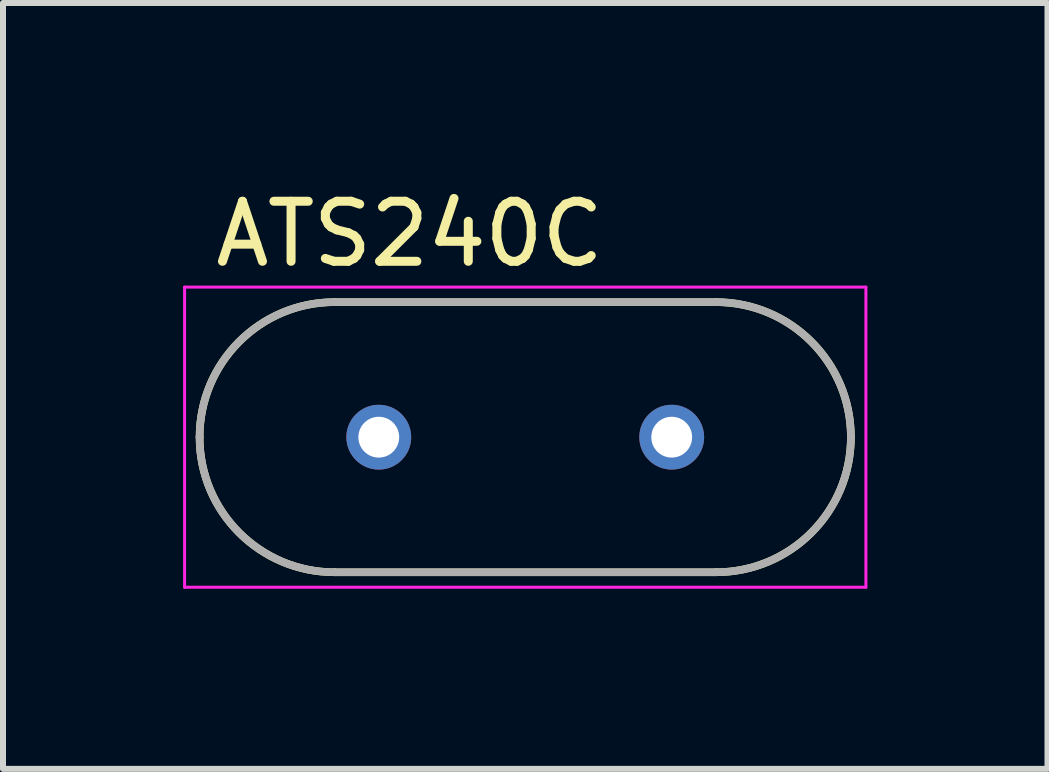
<source format=kicad_pcb>
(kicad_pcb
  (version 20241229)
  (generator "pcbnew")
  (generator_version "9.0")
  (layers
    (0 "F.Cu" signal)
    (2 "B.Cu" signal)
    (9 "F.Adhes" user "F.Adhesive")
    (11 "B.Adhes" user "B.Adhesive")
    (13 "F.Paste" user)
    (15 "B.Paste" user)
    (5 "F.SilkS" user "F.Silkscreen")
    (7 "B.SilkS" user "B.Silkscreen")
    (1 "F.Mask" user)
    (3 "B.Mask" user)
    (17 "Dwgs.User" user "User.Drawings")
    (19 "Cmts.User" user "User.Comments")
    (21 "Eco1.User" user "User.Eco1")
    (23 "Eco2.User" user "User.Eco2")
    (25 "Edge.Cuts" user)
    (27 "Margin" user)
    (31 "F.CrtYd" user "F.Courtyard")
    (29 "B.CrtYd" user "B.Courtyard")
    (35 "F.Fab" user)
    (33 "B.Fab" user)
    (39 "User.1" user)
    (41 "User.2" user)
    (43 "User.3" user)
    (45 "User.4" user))
  (footprint "ATS240C"
    (layer "F.Cu")
    (at 5.7 4.233)
    (property "Reference" "ATS240C" (at -1.925 -3.385 0) (layer "F.SilkS") (effects (font (size 1 1) (thickness 0.15))))
    (attr through_hole)
    (fp_line (start -3.175 -2.25) (end 3.175 -2.25) (stroke (width 0.127) (type solid)) (layer "F.SilkS"))
    (fp_line (start 3.175 2.25) (end -3.175 2.25) (stroke (width 0.127) (type solid)) (layer "F.SilkS"))
    (fp_arc (start -5.425 0) (mid -4.76599 -1.59099) (end -3.175 -2.25) (stroke (width 0.127) (type solid)) (layer "F.SilkS"))
    (fp_arc (start -3.175 2.25) (mid -4.76599 1.59099) (end -5.425 0) (stroke (width 0.127) (type solid)) (layer "F.SilkS"))
    (fp_arc (start 3.175 -2.25) (mid 4.76599 -1.59099) (end 5.425 0) (stroke (width 0.127) (type solid)) (layer "F.SilkS"))
    (fp_arc (start 5.425 0) (mid 4.76599 1.59099) (end 3.175 2.25) (stroke (width 0.127) (type solid)) (layer "F.SilkS"))
    (fp_line (start -5.675 -2.5) (end 5.675 -2.5) (stroke (width 0.05) (type solid)) (layer "F.CrtYd"))
    (fp_line (start -5.675 2.5) (end -5.675 -2.5) (stroke (width 0.05) (type solid)) (layer "F.CrtYd"))
    (fp_line (start 5.675 -2.5) (end 5.675 2.5) (stroke (width 0.05) (type solid)) (layer "F.CrtYd"))
    (fp_line (start 5.675 2.5) (end -5.675 2.5) (stroke (width 0.05) (type solid)) (layer "F.CrtYd"))
    (fp_line (start -3.175 -2.25) (end 3.175 -2.25) (stroke (width 0.127) (type solid)) (layer "F.Fab"))
    (fp_line (start 3.175 2.25) (end -3.175 2.25) (stroke (width 0.127) (type solid)) (layer "F.Fab"))
    (fp_arc (start -5.425 0) (mid -4.76599 -1.59099) (end -3.175 -2.25) (stroke (width 0.127) (type solid)) (layer "F.Fab"))
    (fp_arc (start -3.175 2.25) (mid -4.76599 1.59099) (end -5.425 0) (stroke (width 0.127) (type solid)) (layer "F.Fab"))
    (fp_arc (start 3.175 -2.25) (mid 4.76599 -1.59099) (end 5.425 0) (stroke (width 0.127) (type solid)) (layer "F.Fab"))
    (fp_arc (start 5.425 0) (mid 4.76599 1.59099) (end 3.175 2.25) (stroke (width 0.127) (type solid)) (layer "F.Fab"))
    (pad "1" thru_hole circle (at -2.44 0) (size 1.08 1.08) (drill 0.68) (layers "*.Cu" "*.Mask"))
    (pad "2" thru_hole circle (at 2.44 0) (size 1.08 1.08) (drill 0.68) (layers "*.Cu" "*.Mask")))
  (gr_rect
    (start -3 -3)
    (end 14.4 9.758)
    (stroke (width 0.1) (type default))
    (fill no)
    (layer "Edge.Cuts")))
</source>
